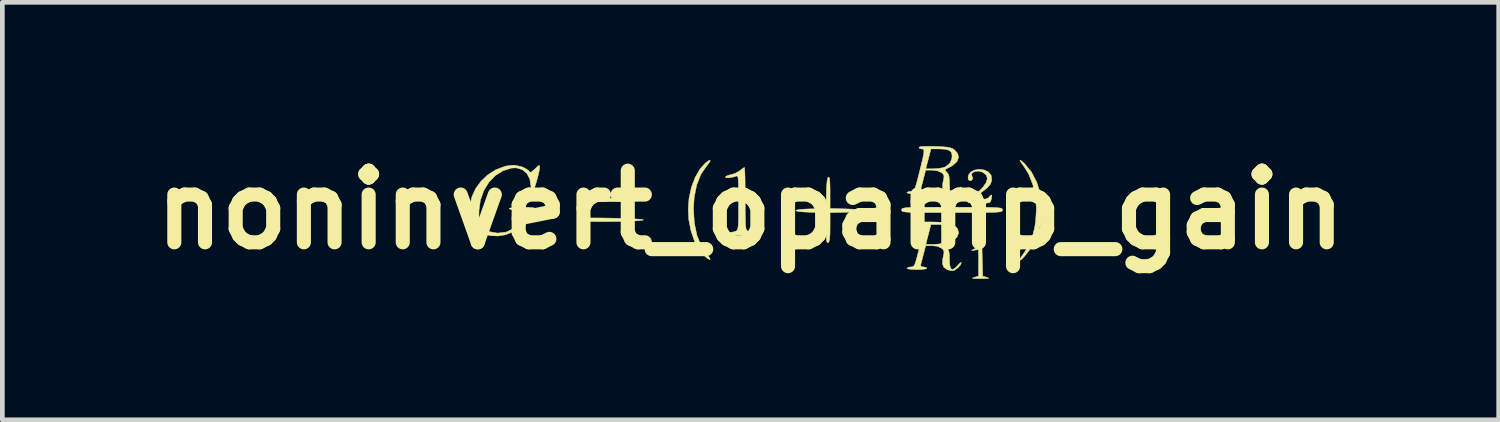
<source format=kicad_pcb>
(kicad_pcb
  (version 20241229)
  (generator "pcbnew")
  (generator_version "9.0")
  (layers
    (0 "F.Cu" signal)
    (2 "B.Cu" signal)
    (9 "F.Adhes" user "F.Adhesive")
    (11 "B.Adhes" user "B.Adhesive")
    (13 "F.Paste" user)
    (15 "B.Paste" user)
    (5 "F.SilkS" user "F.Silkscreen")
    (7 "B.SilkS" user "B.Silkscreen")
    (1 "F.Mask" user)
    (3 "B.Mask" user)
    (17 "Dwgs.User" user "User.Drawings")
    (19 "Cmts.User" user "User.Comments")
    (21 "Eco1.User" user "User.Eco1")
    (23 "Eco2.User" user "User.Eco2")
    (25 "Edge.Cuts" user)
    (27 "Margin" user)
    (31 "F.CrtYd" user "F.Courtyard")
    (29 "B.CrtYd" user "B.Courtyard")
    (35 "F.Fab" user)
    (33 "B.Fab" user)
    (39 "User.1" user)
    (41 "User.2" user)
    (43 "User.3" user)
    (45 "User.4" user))
  (footprint "noninvert_opamp_gain"
    (layer "F.Cu")
    (at 12.925 1.418)
    (property "Reference" "noninvert_opamp_gain" (at 0 0 0) (layer "F.SilkS") (effects (font (size 1.524 1.524) (thickness 0.3))))
    (attr through_hole)
    (fp_poly (pts (xy 4.933 1.079) (xy 4.941 1.41) (xy 5.031 1.436) (xy 5.067 1.449) (xy 5.064 1.457) (xy 5.015 1.461) (xy 4.915 1.462) (xy 4.897 1.462) (xy 4.79 1.462) (xy 4.734 1.458) (xy 4.723 1.451) (xy 4.753 1.439) (xy 4.763 1.436) (xy 4.854 1.409) (xy 4.854 0.842) (xy 4.763 0.859) (xy 4.714 0.867) (xy 4.707 0.862) (xy 4.746 0.839) (xy 4.798 0.812) (xy 4.925 0.748) (xy 4.933 1.079)) (stroke (width 0.01) (type solid)) (fill yes) (layer "F.SilkS"))
    (fp_poly (pts (xy -3.264 -0.252) (xy -3.1 -0.25) (xy -2.93 -0.247) (xy -2.762 -0.243) (xy -2.606 -0.238) (xy -2.47 -0.232) (xy -2.364 -0.225) (xy -2.298 -0.218) (xy -2.279 -0.212) (xy -2.308 -0.202) (xy -2.384 -0.194) (xy -2.498 -0.187) (xy -2.641 -0.182) (xy -2.802 -0.178) (xy -2.973 -0.175) (xy -3.145 -0.174) (xy -3.308 -0.175) (xy -3.452 -0.178) (xy -3.569 -0.182) (xy -3.649 -0.188) (xy -3.683 -0.197) (xy -3.683 -0.197) (xy -3.678 -0.231) (xy -3.663 -0.241) (xy -3.62 -0.247) (xy -3.533 -0.25) (xy -3.411 -0.252) (xy -3.264 -0.252)) (stroke (width 0.01) (type solid)) (fill yes) (layer "F.SilkS"))
    (fp_poly (pts (xy -3.264 0.171) (xy -3.1 0.173) (xy -2.93 0.176) (xy -2.762 0.18) (xy -2.606 0.185) (xy -2.47 0.191) (xy -2.364 0.198) (xy -2.298 0.205) (xy -2.279 0.212) (xy -2.308 0.221) (xy -2.384 0.229) (xy -2.498 0.236) (xy -2.641 0.241) (xy -2.802 0.246) (xy -2.973 0.248) (xy -3.145 0.249) (xy -3.308 0.248) (xy -3.452 0.246) (xy -3.569 0.241) (xy -3.649 0.235) (xy -3.683 0.226) (xy -3.683 0.226) (xy -3.678 0.192) (xy -3.663 0.183) (xy -3.62 0.177) (xy -3.533 0.173) (xy -3.411 0.171) (xy -3.264 0.171)) (stroke (width 0.01) (type solid)) (fill yes) (layer "F.SilkS"))
    (fp_poly (pts (xy -0.862 -1.034) (xy -0.905 -0.973) (xy -0.932 -0.941) (xy -1.057 -0.757) (xy -1.146 -0.532) (xy -1.199 -0.27) (xy -1.214 -0.017) (xy -1.196 0.277) (xy -1.143 0.536) (xy -1.056 0.757) (xy -0.942 0.928) (xy -0.88 1.007) (xy -0.857 1.051) (xy -0.872 1.059) (xy -0.923 1.026) (xy -0.966 0.991) (xy -1.089 0.849) (xy -1.191 0.666) (xy -1.266 0.45) (xy -1.313 0.213) (xy -1.326 0) (xy -1.309 -0.246) (xy -1.258 -0.48) (xy -1.178 -0.692) (xy -1.074 -0.871) (xy -0.966 -0.991) (xy -0.895 -1.046) (xy -0.859 -1.06) (xy -0.862 -1.034)) (stroke (width 0.01) (type solid)) (fill yes) (layer "F.SilkS"))
    (fp_poly (pts (xy 5.79 -1.024) (xy 5.831 -0.986) (xy 5.979 -0.807) (xy 6.091 -0.593) (xy 6.166 -0.354) (xy 6.201 -0.101) (xy 6.195 0.159) (xy 6.148 0.415) (xy 6.058 0.657) (xy 6.055 0.663) (xy 6.01 0.743) (xy 5.952 0.83) (xy 5.889 0.916) (xy 5.827 0.992) (xy 5.775 1.047) (xy 5.74 1.073) (xy 5.729 1.064) (xy 5.744 1.032) (xy 5.784 0.97) (xy 5.831 0.903) (xy 5.929 0.745) (xy 5.999 0.574) (xy 6.048 0.376) (xy 6.069 0.244) (xy 6.085 -0.024) (xy 6.065 -0.288) (xy 6.01 -0.537) (xy 5.924 -0.757) (xy 5.825 -0.918) (xy 5.762 -1.006) (xy 5.734 -1.054) (xy 5.744 -1.06) (xy 5.79 -1.024)) (stroke (width 0.01) (type solid)) (fill yes) (layer "F.SilkS"))
    (fp_poly (pts (xy 1.674 -0.69) (xy 1.684 -0.648) (xy 1.69 -0.566) (xy 1.693 -0.436) (xy 1.693 -0.37) (xy 1.693 -0.03) (xy 2.018 -0.022) (xy 2.18 -0.015) (xy 2.286 -0.004) (xy 2.336 0.009) (xy 2.33 0.022) (xy 2.267 0.035) (xy 2.148 0.045) (xy 2.018 0.05) (xy 1.693 0.058) (xy 1.693 0.366) (xy 1.691 0.524) (xy 1.682 0.629) (xy 1.666 0.686) (xy 1.643 0.698) (xy 1.627 0.686) (xy 1.619 0.652) (xy 1.613 0.574) (xy 1.61 0.464) (xy 1.609 0.363) (xy 1.609 0.058) (xy 1.284 0.05) (xy 1.122 0.043) (xy 1.016 0.032) (xy 0.966 0.019) (xy 0.972 0.006) (xy 1.035 -0.007) (xy 1.153 -0.017) (xy 1.283 -0.022) (xy 1.607 -0.03) (xy 1.615 -0.358) (xy 1.621 -0.517) (xy 1.631 -0.623) (xy 1.645 -0.682) (xy 1.658 -0.699) (xy 1.674 -0.69)) (stroke (width 0.01) (type solid)) (fill yes) (layer "F.SilkS"))
    (fp_poly (pts (xy 4.564 -0.056) (xy 4.787 -0.056) (xy 4.964 -0.055) (xy 5.1 -0.053) (xy 5.201 -0.05) (xy 5.272 -0.045) (xy 5.319 -0.039) (xy 5.345 -0.031) (xy 5.358 -0.02) (xy 5.362 -0.007) (xy 5.362 0) (xy 5.361 0.014) (xy 5.353 0.026) (xy 5.334 0.035) (xy 5.298 0.043) (xy 5.239 0.048) (xy 5.154 0.052) (xy 5.035 0.054) (xy 4.878 0.056) (xy 4.679 0.056) (xy 4.43 0.056) (xy 4.29 0.056) (xy 4.016 0.056) (xy 3.793 0.056) (xy 3.616 0.055) (xy 3.479 0.053) (xy 3.378 0.05) (xy 3.307 0.045) (xy 3.261 0.039) (xy 3.234 0.031) (xy 3.221 0.02) (xy 3.218 0.007) (xy 3.217 0) (xy 3.219 -0.014) (xy 3.226 -0.026) (xy 3.246 -0.035) (xy 3.282 -0.043) (xy 3.34 -0.048) (xy 3.426 -0.052) (xy 3.545 -0.054) (xy 3.701 -0.056) (xy 3.901 -0.056) (xy 4.149 -0.056) (xy 4.29 -0.056) (xy 4.564 -0.056)) (stroke (width 0.01) (type solid)) (fill yes) (layer "F.SilkS"))
    (fp_poly (pts (xy 4.972 -0.85) (xy 5.06 -0.809) (xy 5.117 -0.744) (xy 5.124 -0.722) (xy 5.134 -0.63) (xy 5.107 -0.55) (xy 5.038 -0.47) (xy 4.939 -0.393) (xy 4.856 -0.332) (xy 4.796 -0.282) (xy 4.77 -0.252) (xy 4.77 -0.25) (xy 4.795 -0.236) (xy 4.86 -0.227) (xy 4.909 -0.226) (xy 5.002 -0.231) (xy 5.058 -0.253) (xy 5.093 -0.289) (xy 5.124 -0.322) (xy 5.136 -0.305) (xy 5.127 -0.24) (xy 5.119 -0.205) (xy 5.106 -0.174) (xy 5.082 -0.155) (xy 5.033 -0.145) (xy 4.949 -0.142) (xy 4.865 -0.141) (xy 4.757 -0.143) (xy 4.675 -0.148) (xy 4.632 -0.156) (xy 4.628 -0.159) (xy 4.648 -0.185) (xy 4.7 -0.239) (xy 4.775 -0.311) (xy 4.814 -0.347) (xy 4.941 -0.475) (xy 5.016 -0.581) (xy 5.042 -0.669) (xy 5.019 -0.741) (xy 4.948 -0.799) (xy 4.937 -0.805) (xy 4.865 -0.826) (xy 4.792 -0.822) (xy 4.734 -0.799) (xy 4.703 -0.763) (xy 4.714 -0.719) (xy 4.715 -0.717) (xy 4.732 -0.666) (xy 4.702 -0.628) (xy 4.669 -0.621) (xy 4.637 -0.642) (xy 4.63 -0.694) (xy 4.647 -0.755) (xy 4.68 -0.8) (xy 4.766 -0.848) (xy 4.869 -0.864) (xy 4.972 -0.85)) (stroke (width 0.01) (type solid)) (fill yes) (layer "F.SilkS"))
    (fp_poly (pts (xy -0.125 -0.876) (xy -0.121 -0.801) (xy -0.117 -0.684) (xy -0.115 -0.535) (xy -0.113 -0.36) (xy -0.113 -0.241) (xy -0.113 -0.03) (xy -0.112 0.131) (xy -0.109 0.249) (xy -0.105 0.332) (xy -0.098 0.387) (xy -0.088 0.421) (xy -0.074 0.44) (xy -0.058 0.451) (xy 0.01 0.472) (xy 0.083 0.48) (xy 0.143 0.488) (xy 0.169 0.507) (xy 0.169 0.508) (xy 0.142 0.52) (xy 0.065 0.529) (xy -0.057 0.535) (xy -0.183 0.536) (xy -0.336 0.534) (xy -0.45 0.528) (xy -0.518 0.518) (xy -0.536 0.508) (xy -0.512 0.488) (xy -0.452 0.48) (xy -0.45 0.48) (xy -0.368 0.47) (xy -0.309 0.451) (xy -0.29 0.438) (xy -0.276 0.416) (xy -0.267 0.378) (xy -0.26 0.317) (xy -0.256 0.224) (xy -0.255 0.093) (xy -0.254 -0.085) (xy -0.254 -0.159) (xy -0.254 -0.354) (xy -0.256 -0.499) (xy -0.258 -0.602) (xy -0.263 -0.669) (xy -0.271 -0.707) (xy -0.282 -0.722) (xy -0.298 -0.722) (xy -0.303 -0.72) (xy -0.383 -0.696) (xy -0.46 -0.684) (xy -0.517 -0.685) (xy -0.536 -0.699) (xy -0.511 -0.722) (xy -0.449 -0.743) (xy -0.422 -0.748) (xy -0.325 -0.778) (xy -0.237 -0.828) (xy -0.228 -0.835) (xy -0.171 -0.879) (xy -0.134 -0.902) (xy -0.13 -0.903) (xy -0.125 -0.876)) (stroke (width 0.01) (type solid)) (fill yes) (layer "F.SilkS"))
    (fp_poly (pts (xy -4.872 -0.92) (xy -4.868 -0.919) (xy -4.787 -0.88) (xy -4.729 -0.839) (xy -4.715 -0.823) (xy -4.694 -0.8) (xy -4.665 -0.806) (xy -4.615 -0.848) (xy -4.588 -0.873) (xy -4.528 -0.929) (xy -4.499 -0.949) (xy -4.49 -0.935) (xy -4.489 -0.902) (xy -4.498 -0.835) (xy -4.519 -0.742) (xy -4.547 -0.635) (xy -4.578 -0.531) (xy -4.609 -0.444) (xy -4.633 -0.388) (xy -4.644 -0.376) (xy -4.66 -0.396) (xy -4.671 -0.456) (xy -4.673 -0.501) (xy -4.697 -0.656) (xy -4.76 -0.777) (xy -4.857 -0.858) (xy -4.982 -0.895) (xy -5.088 -0.891) (xy -5.27 -0.834) (xy -5.433 -0.731) (xy -5.571 -0.586) (xy -5.678 -0.409) (xy -5.75 -0.207) (xy -5.779 0) (xy -5.781 0.121) (xy -5.773 0.204) (xy -5.751 0.267) (xy -5.732 0.302) (xy -5.644 0.408) (xy -5.536 0.469) (xy -5.395 0.492) (xy -5.364 0.492) (xy -5.197 0.471) (xy -5.069 0.41) (xy -4.982 0.311) (xy -4.937 0.174) (xy -4.931 0.12) (xy -4.93 0.05) (xy -4.95 0.019) (xy -5.007 0.007) (xy -5.031 0.005) (xy -5.099 -0.007) (xy -5.135 -0.025) (xy -5.136 -0.03) (xy -5.11 -0.041) (xy -5.039 -0.05) (xy -4.934 -0.055) (xy -4.854 -0.056) (xy -4.723 -0.054) (xy -4.628 -0.046) (xy -4.578 -0.035) (xy -4.572 -0.028) (xy -4.595 -0.005) (xy -4.625 0) (xy -4.669 0.008) (xy -4.704 0.039) (xy -4.734 0.102) (xy -4.765 0.206) (xy -4.785 0.289) (xy -4.812 0.391) (xy -4.836 0.468) (xy -4.855 0.506) (xy -4.858 0.508) (xy -4.888 0.486) (xy -4.91 0.454) (xy -4.929 0.423) (xy -4.955 0.416) (xy -5.001 0.435) (xy -5.066 0.47) (xy -5.214 0.529) (xy -5.38 0.555) (xy -5.541 0.547) (xy -5.626 0.525) (xy -5.773 0.445) (xy -5.879 0.333) (xy -5.946 0.196) (xy -5.976 0.042) (xy -5.969 -0.122) (xy -5.926 -0.29) (xy -5.85 -0.454) (xy -5.74 -0.607) (xy -5.597 -0.742) (xy -5.424 -0.852) (xy -5.411 -0.859) (xy -5.215 -0.932) (xy -5.036 -0.953) (xy -4.872 -0.92)) (stroke (width 0.01) (type solid)) (fill yes) (layer "F.SilkS"))
    (fp_poly (pts (xy 3.921 -1.351) (xy 4.07 -1.345) (xy 4.175 -1.337) (xy 4.247 -1.324) (xy 4.298 -1.306) (xy 4.337 -1.281) (xy 4.409 -1.202) (xy 4.428 -1.117) (xy 4.395 -1.032) (xy 4.313 -0.952) (xy 4.226 -0.904) (xy 4.161 -0.872) (xy 4.14 -0.85) (xy 4.157 -0.823) (xy 4.177 -0.804) (xy 4.208 -0.765) (xy 4.226 -0.708) (xy 4.233 -0.618) (xy 4.233 -0.559) (xy 4.24 -0.432) (xy 4.263 -0.359) (xy 4.301 -0.339) (xy 4.357 -0.37) (xy 4.408 -0.424) (xy 4.455 -0.474) (xy 4.483 -0.491) (xy 4.487 -0.484) (xy 4.465 -0.434) (xy 4.413 -0.376) (xy 4.35 -0.33) (xy 4.298 -0.312) (xy 4.231 -0.324) (xy 4.186 -0.339) (xy 4.117 -0.385) (xy 4.087 -0.458) (xy 4.092 -0.565) (xy 4.1 -0.604) (xy 4.117 -0.688) (xy 4.115 -0.737) (xy 4.092 -0.772) (xy 4.066 -0.794) (xy 3.972 -0.836) (xy 3.864 -0.847) (xy 3.728 -0.847) (xy 3.697 -0.727) (xy 3.674 -0.64) (xy 3.657 -0.571) (xy 3.653 -0.557) (xy 3.634 -0.487) (xy 3.625 -0.452) (xy 3.623 -0.41) (xy 3.661 -0.396) (xy 3.681 -0.395) (xy 3.735 -0.386) (xy 3.754 -0.367) (xy 3.727 -0.353) (xy 3.656 -0.343) (xy 3.552 -0.339) (xy 3.542 -0.339) (xy 3.435 -0.342) (xy 3.361 -0.352) (xy 3.33 -0.366) (xy 3.33 -0.367) (xy 3.355 -0.387) (xy 3.411 -0.395) (xy 3.443 -0.397) (xy 3.467 -0.406) (xy 3.488 -0.433) (xy 3.509 -0.484) (xy 3.534 -0.567) (xy 3.567 -0.692) (xy 3.595 -0.804) (xy 3.613 -0.875) (xy 3.73 -0.875) (xy 3.898 -0.875) (xy 4.01 -0.882) (xy 4.109 -0.902) (xy 4.149 -0.918) (xy 4.24 -0.988) (xy 4.284 -1.085) (xy 4.29 -1.154) (xy 4.277 -1.223) (xy 4.233 -1.267) (xy 4.151 -1.291) (xy 4.021 -1.298) (xy 4.01 -1.298) (xy 3.84 -1.298) (xy 3.809 -1.178) (xy 3.783 -1.078) (xy 3.758 -0.983) (xy 3.754 -0.967) (xy 3.73 -0.875) (xy 3.613 -0.875) (xy 3.638 -0.979) (xy 3.669 -1.107) (xy 3.686 -1.196) (xy 3.692 -1.251) (xy 3.686 -1.282) (xy 3.669 -1.295) (xy 3.643 -1.298) (xy 3.641 -1.298) (xy 3.595 -1.311) (xy 3.584 -1.329) (xy 3.607 -1.344) (xy 3.678 -1.351) (xy 3.8 -1.353) (xy 3.921 -1.351)) (stroke (width 0.01) (type solid)) (fill yes) (layer "F.SilkS"))
    (fp_poly (pts (xy 3.921 0.258) (xy 4.07 0.264) (xy 4.175 0.272) (xy 4.247 0.284) (xy 4.298 0.303) (xy 4.337 0.327) (xy 4.409 0.406) (xy 4.428 0.492) (xy 4.395 0.577) (xy 4.313 0.656) (xy 4.226 0.705) (xy 4.161 0.737) (xy 4.14 0.759) (xy 4.157 0.786) (xy 4.177 0.804) (xy 4.208 0.844) (xy 4.226 0.901) (xy 4.233 0.99) (xy 4.233 1.049) (xy 4.24 1.176) (xy 4.263 1.25) (xy 4.301 1.27) (xy 4.357 1.238) (xy 4.408 1.184) (xy 4.455 1.135) (xy 4.483 1.118) (xy 4.487 1.124) (xy 4.465 1.175) (xy 4.413 1.232) (xy 4.35 1.279) (xy 4.298 1.296) (xy 4.231 1.284) (xy 4.186 1.27) (xy 4.117 1.224) (xy 4.087 1.151) (xy 4.092 1.043) (xy 4.1 1.005) (xy 4.117 0.921) (xy 4.115 0.872) (xy 4.092 0.836) (xy 4.066 0.815) (xy 3.972 0.772) (xy 3.864 0.762) (xy 3.728 0.762) (xy 3.697 0.882) (xy 3.674 0.968) (xy 3.657 1.037) (xy 3.653 1.051) (xy 3.634 1.122) (xy 3.625 1.157) (xy 3.623 1.199) (xy 3.661 1.213) (xy 3.681 1.214) (xy 3.735 1.223) (xy 3.754 1.242) (xy 3.727 1.256) (xy 3.656 1.266) (xy 3.552 1.27) (xy 3.542 1.27) (xy 3.435 1.266) (xy 3.361 1.257) (xy 3.33 1.243) (xy 3.33 1.242) (xy 3.355 1.222) (xy 3.411 1.214) (xy 3.443 1.212) (xy 3.467 1.202) (xy 3.488 1.176) (xy 3.509 1.125) (xy 3.534 1.041) (xy 3.567 0.916) (xy 3.595 0.805) (xy 3.613 0.734) (xy 3.73 0.734) (xy 3.898 0.734) (xy 4.01 0.726) (xy 4.109 0.707) (xy 4.149 0.691) (xy 4.24 0.621) (xy 4.284 0.523) (xy 4.29 0.454) (xy 4.277 0.386) (xy 4.233 0.342) (xy 4.151 0.318) (xy 4.021 0.31) (xy 4.01 0.31) (xy 3.84 0.31) (xy 3.809 0.43) (xy 3.783 0.531) (xy 3.758 0.626) (xy 3.754 0.642) (xy 3.73 0.734) (xy 3.613 0.734) (xy 3.638 0.63) (xy 3.669 0.501) (xy 3.686 0.413) (xy 3.692 0.357) (xy 3.686 0.326) (xy 3.669 0.313) (xy 3.643 0.31) (xy 3.641 0.31) (xy 3.595 0.297) (xy 3.584 0.279) (xy 3.607 0.265) (xy 3.678 0.257) (xy 3.8 0.256) (xy 3.921 0.258)) (stroke (width 0.01) (type solid)) (fill yes) (layer "F.SilkS")))
  (gr_rect
    (start -3 -3)
    (end 28.85 5.886)
    (stroke (width 0.1) (type default))
    (fill no)
    (layer "Edge.Cuts")))
</source>
